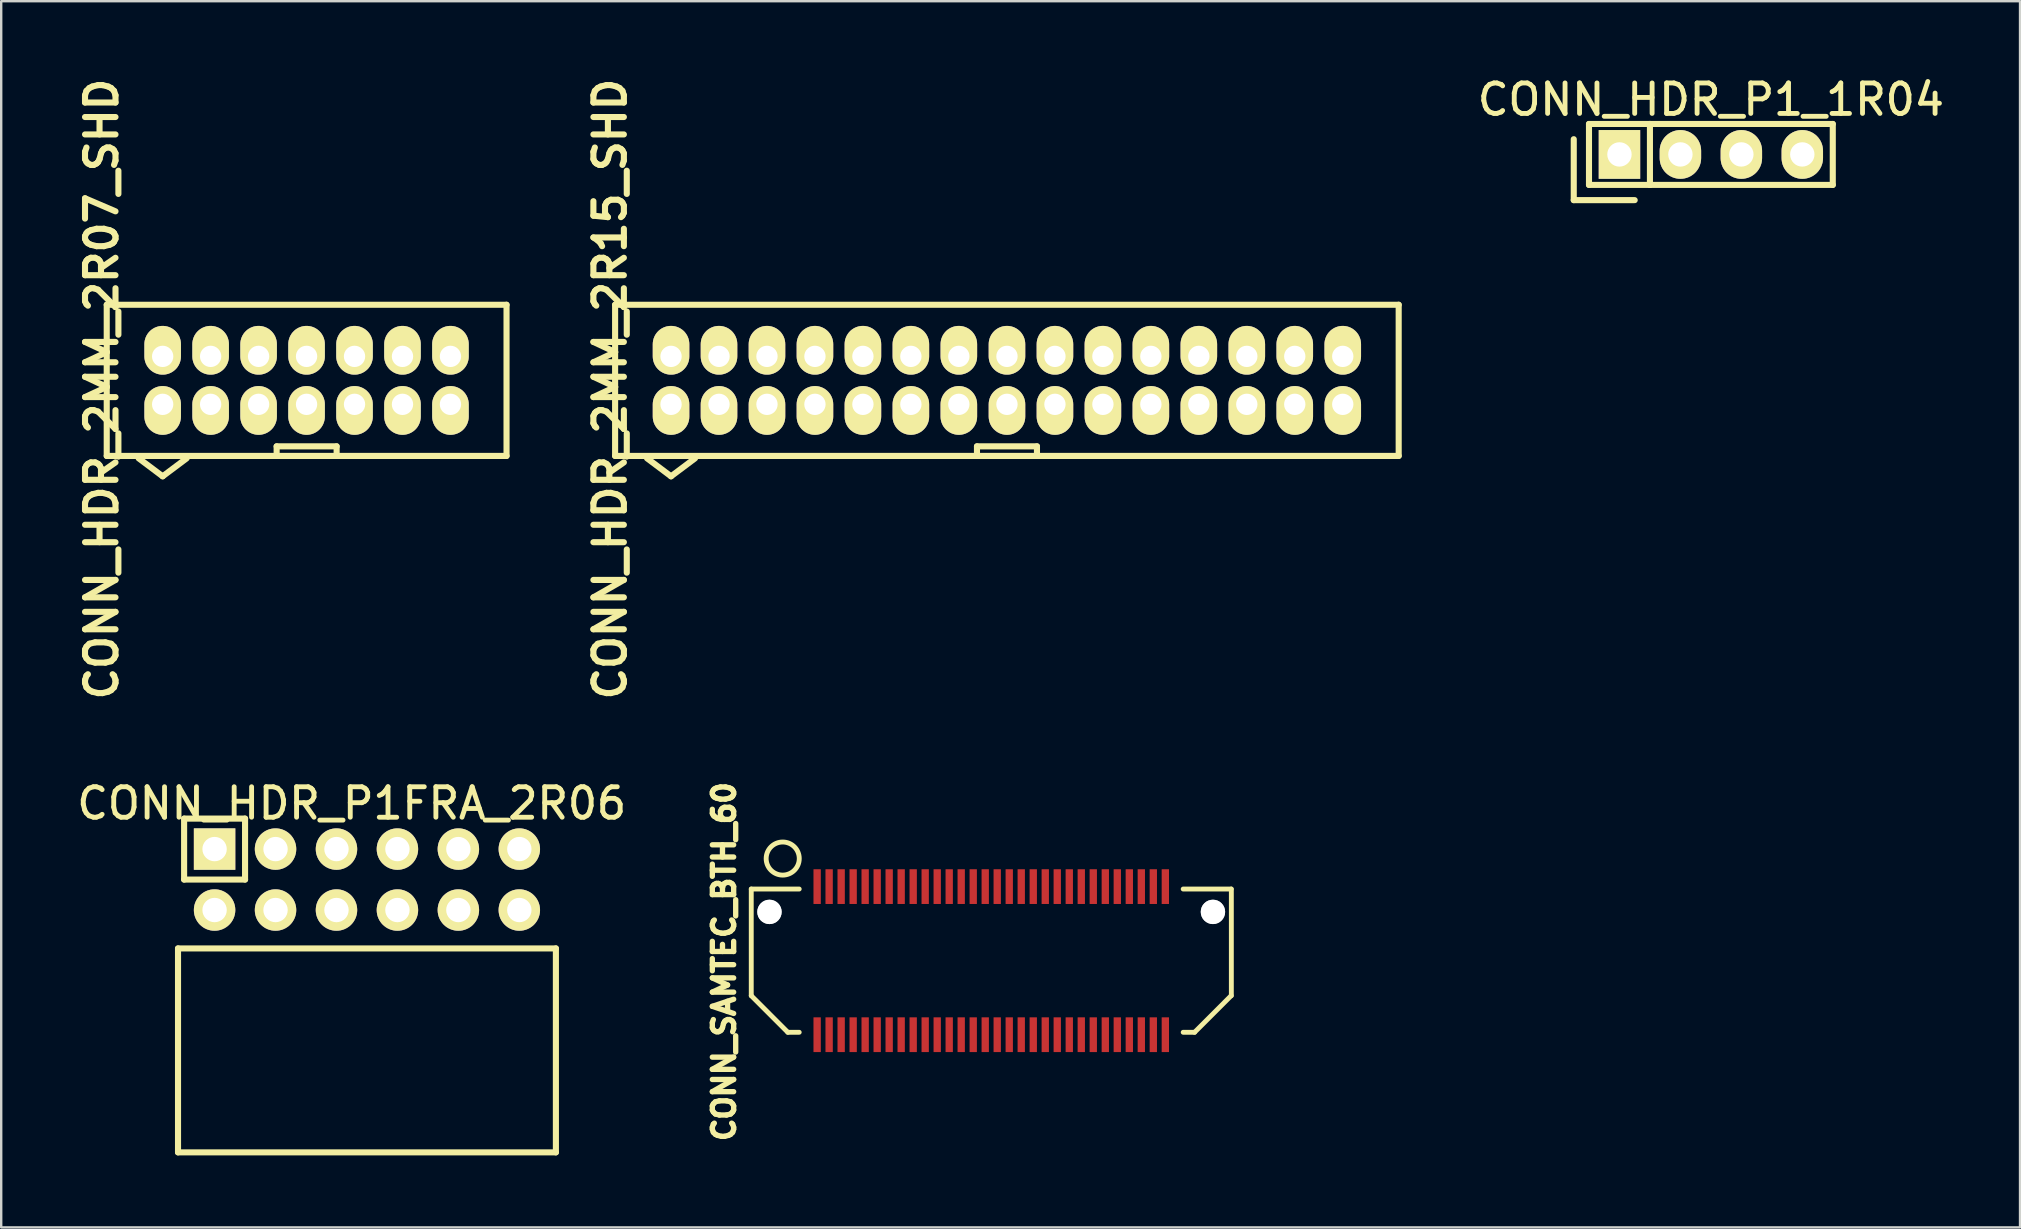
<source format=kicad_pcb>
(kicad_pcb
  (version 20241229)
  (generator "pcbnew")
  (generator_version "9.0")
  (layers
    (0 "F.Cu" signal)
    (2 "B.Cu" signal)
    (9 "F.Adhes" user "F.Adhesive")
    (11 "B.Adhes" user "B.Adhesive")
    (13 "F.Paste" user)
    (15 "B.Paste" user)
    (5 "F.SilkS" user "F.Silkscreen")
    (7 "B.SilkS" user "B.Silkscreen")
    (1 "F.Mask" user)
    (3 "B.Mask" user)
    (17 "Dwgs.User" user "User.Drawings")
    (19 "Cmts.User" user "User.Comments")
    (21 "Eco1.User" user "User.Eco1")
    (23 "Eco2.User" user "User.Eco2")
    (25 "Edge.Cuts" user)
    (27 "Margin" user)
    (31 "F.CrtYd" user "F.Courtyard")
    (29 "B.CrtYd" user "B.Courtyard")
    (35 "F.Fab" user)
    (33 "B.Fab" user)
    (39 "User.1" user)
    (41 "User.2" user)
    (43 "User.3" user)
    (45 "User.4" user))
  (footprint "CONN_HDR_2MM_2R15_SHD"
    (layer "F.Cu")
    (at 24.916 13.801)
    (property "Reference" "CONN_HDR_2MM_2R15_SHD" (at -2.54 -0.635 90) (layer "F.SilkS") (effects (font (size 1.27 1.27) (thickness 0.254))))
    (attr through_hole)
    (fp_line (start -2.331 -4.15) (end 30.325 -4.15) (stroke (width 0.254) (type solid)) (layer "F.SilkS"))
    (fp_line (start -2.331 2.15) (end -2.331 -4.15) (stroke (width 0.254) (type solid)) (layer "F.SilkS"))
    (fp_line (start -1 2.25) (end 0 3) (stroke (width 0.254) (type solid)) (layer "F.SilkS"))
    (fp_line (start 0 3) (end 1 2.25) (stroke (width 0.254) (type solid)) (layer "F.SilkS"))
    (fp_line (start 12.75 1.75) (end 15.25 1.75) (stroke (width 0.254) (type solid)) (layer "F.SilkS"))
    (fp_line (start 12.75 2.15) (end 12.75 1.75) (stroke (width 0.254) (type solid)) (layer "F.SilkS"))
    (fp_line (start 15.25 1.75) (end 15.25 2.15) (stroke (width 0.254) (type solid)) (layer "F.SilkS"))
    (fp_line (start 30.325 -4.15) (end 30.325 2.15) (stroke (width 0.254) (type solid)) (layer "F.SilkS"))
    (fp_line (start 30.325 2.15) (end -2.331 2.15) (stroke (width 0.254) (type solid)) (layer "F.SilkS"))
    (pad "1" thru_hole oval (at 0 0) (size 1.524 2.032) (drill 0.889 (offset 0 0.254)) (layers "*.Cu" "*.Mask" "F.SilkS"))
    (pad "2" thru_hole oval (at 0 -1.999 180) (size 1.524 2.032) (drill 0.889 (offset 0 0.254)) (layers "*.Cu" "*.Mask" "F.SilkS"))
    (pad "3" thru_hole oval (at 1.999 0) (size 1.524 2.032) (drill 0.889 (offset 0 0.254)) (layers "*.Cu" "*.Mask" "F.SilkS"))
    (pad "4" thru_hole oval (at 1.999 -1.999 180) (size 1.524 2.032) (drill 0.889 (offset 0 0.254)) (layers "*.Cu" "*.Mask" "F.SilkS"))
    (pad "5" thru_hole oval (at 3.998 0) (size 1.524 2.032) (drill 0.889 (offset 0 0.254)) (layers "*.Cu" "*.Mask" "F.SilkS"))
    (pad "6" thru_hole oval (at 3.998 -1.999 180) (size 1.524 2.032) (drill 0.889 (offset 0 0.254)) (layers "*.Cu" "*.Mask" "F.SilkS"))
    (pad "7" thru_hole oval (at 5.997 0) (size 1.524 2.032) (drill 0.889 (offset 0 0.254)) (layers "*.Cu" "*.Mask" "F.SilkS"))
    (pad "8" thru_hole oval (at 5.997 -1.999 180) (size 1.524 2.032) (drill 0.889 (offset 0 0.254)) (layers "*.Cu" "*.Mask" "F.SilkS"))
    (pad "9" thru_hole oval (at 7.996 0) (size 1.524 2.032) (drill 0.889 (offset 0 0.254)) (layers "*.Cu" "*.Mask" "F.SilkS"))
    (pad "10" thru_hole oval (at 7.996 -1.999 180) (size 1.524 2.032) (drill 0.889 (offset 0 0.254)) (layers "*.Cu" "*.Mask" "F.SilkS"))
    (pad "11" thru_hole oval (at 9.995 0) (size 1.524 2.032) (drill 0.889 (offset 0 0.254)) (layers "*.Cu" "*.Mask" "F.SilkS"))
    (pad "12" thru_hole oval (at 9.995 -1.999 180) (size 1.524 2.032) (drill 0.889 (offset 0 0.254)) (layers "*.Cu" "*.Mask" "F.SilkS"))
    (pad "13" thru_hole oval (at 11.994 0) (size 1.524 2.032) (drill 0.889 (offset 0 0.254)) (layers "*.Cu" "*.Mask" "F.SilkS"))
    (pad "14" thru_hole oval (at 11.994 -1.999 180) (size 1.524 2.032) (drill 0.889 (offset 0 0.254)) (layers "*.Cu" "*.Mask" "F.SilkS"))
    (pad "15" thru_hole oval (at 14 0) (size 1.524 2.032) (drill 0.889 (offset 0 0.254)) (layers "*.Cu" "*.Mask" "F.SilkS"))
    (pad "16" thru_hole oval (at 14 -1.999 180) (size 1.524 2.032) (drill 0.889 (offset 0 0.254)) (layers "*.Cu" "*.Mask" "F.SilkS"))
    (pad "17" thru_hole oval (at 15.999 0) (size 1.524 2.032) (drill 0.889 (offset 0 0.254)) (layers "*.Cu" "*.Mask" "F.SilkS"))
    (pad "18" thru_hole oval (at 15.999 -1.999 180) (size 1.524 2.032) (drill 0.889 (offset 0 0.254)) (layers "*.Cu" "*.Mask" "F.SilkS"))
    (pad "19" thru_hole oval (at 17.998 0) (size 1.524 2.032) (drill 0.889 (offset 0 0.254)) (layers "*.Cu" "*.Mask" "F.SilkS"))
    (pad "20" thru_hole oval (at 17.998 -1.999 180) (size 1.524 2.032) (drill 0.889 (offset 0 0.254)) (layers "*.Cu" "*.Mask" "F.SilkS"))
    (pad "21" thru_hole oval (at 19.997 0) (size 1.524 2.032) (drill 0.889 (offset 0 0.254)) (layers "*.Cu" "*.Mask" "F.SilkS"))
    (pad "22" thru_hole oval (at 19.997 -1.999 180) (size 1.524 2.032) (drill 0.889 (offset 0 0.254)) (layers "*.Cu" "*.Mask" "F.SilkS"))
    (pad "23" thru_hole oval (at 21.996 0) (size 1.524 2.032) (drill 0.889 (offset 0 0.254)) (layers "*.Cu" "*.Mask" "F.SilkS"))
    (pad "24" thru_hole oval (at 21.996 -1.999 180) (size 1.524 2.032) (drill 0.889 (offset 0 0.254)) (layers "*.Cu" "*.Mask" "F.SilkS"))
    (pad "25" thru_hole oval (at 23.995 0) (size 1.524 2.032) (drill 0.889 (offset 0 0.254)) (layers "*.Cu" "*.Mask" "F.SilkS"))
    (pad "26" thru_hole oval (at 23.995 -1.999 180) (size 1.524 2.032) (drill 0.889 (offset 0 0.254)) (layers "*.Cu" "*.Mask" "F.SilkS"))
    (pad "27" thru_hole oval (at 25.994 0) (size 1.524 2.032) (drill 0.889 (offset 0 0.254)) (layers "*.Cu" "*.Mask" "F.SilkS"))
    (pad "28" thru_hole oval (at 25.994 -1.999 180) (size 1.524 2.032) (drill 0.889 (offset 0 0.254)) (layers "*.Cu" "*.Mask" "F.SilkS"))
    (pad "29" thru_hole oval (at 27.994 0) (size 1.524 2.032) (drill 0.889 (offset 0 0.254)) (layers "*.Cu" "*.Mask" "F.SilkS"))
    (pad "30" thru_hole oval (at 27.994 -1.999 180) (size 1.524 2.032) (drill 0.889 (offset 0 0.254)) (layers "*.Cu" "*.Mask" "F.SilkS")))
  (footprint "CONN_SAMTEC_BTH_60"
    (layer "F.Cu")
    (at 38.259 36.986)
    (property "Reference" "CONN_SAMTEC_BTH_60" (at -11.133 0.041 90) (layer "F.SilkS") (effects (font (size 0.889 0.889) (thickness 0.305))))
    (attr smd)
    (fp_line (start -10 -2.985) (end -10 1.46) (stroke (width 0.203) (type solid)) (layer "F.SilkS"))
    (fp_line (start -10 1.46) (end -8.476 2.985) (stroke (width 0.203) (type solid)) (layer "F.SilkS"))
    (fp_line (start -8.001 -2.985) (end -10 -2.985) (stroke (width 0.203) (type solid)) (layer "F.SilkS"))
    (fp_line (start -8.001 2.985) (end -8.476 2.985) (stroke (width 0.203) (type solid)) (layer "F.SilkS"))
    (fp_line (start 8.001 -2.985) (end 10 -2.985) (stroke (width 0.203) (type solid)) (layer "F.SilkS"))
    (fp_line (start 8.001 2.985) (end 8.476 2.985) (stroke (width 0.203) (type solid)) (layer "F.SilkS"))
    (fp_line (start 10 1.46) (end 8.476 2.985) (stroke (width 0.203) (type solid)) (layer "F.SilkS"))
    (fp_line (start 10.008 -2.985) (end 10.008 1.46) (stroke (width 0.203) (type solid)) (layer "F.SilkS"))
    (fp_circle (center -8.689 -4.255) (end -9.101 -4.808) (stroke (width 0.203) (type solid)) (fill no) (layer "F.SilkS"))
    (pad "" np_thru_hole circle (at -9.241 -2.032) (size 1.016 1.016) (drill 1.016) (layers "*.Cu" "*.Mask" "Dwgs.User"))
    (pad "" np_thru_hole circle (at 9.241 -2.032) (size 1.016 1.016) (drill 1.016) (layers "*.Cu" "*.Mask" "Dwgs.User"))
    (pad "1" smd rect (at -7.254 -3.086 180) (size 0.305 1.448) (layers "F.Cu" "F.Mask" "F.Paste"))
    (pad "2" smd rect (at -7.254 3.086) (size 0.305 1.448) (layers "F.Cu" "F.Mask" "F.Paste"))
    (pad "3" smd rect (at -6.754 -3.086 180) (size 0.305 1.448) (layers "F.Cu" "F.Mask" "F.Paste"))
    (pad "4" smd rect (at -6.754 3.086) (size 0.305 1.448) (layers "F.Cu" "F.Mask" "F.Paste"))
    (pad "5" smd rect (at -6.253 -3.086 180) (size 0.305 1.448) (layers "F.Cu" "F.Mask" "F.Paste"))
    (pad "6" smd rect (at -6.253 3.086) (size 0.305 1.448) (layers "F.Cu" "F.Mask" "F.Paste"))
    (pad "7" smd rect (at -5.753 -3.086 180) (size 0.305 1.448) (layers "F.Cu" "F.Mask" "F.Paste"))
    (pad "8" smd rect (at -5.753 3.086) (size 0.305 1.448) (layers "F.Cu" "F.Mask" "F.Paste"))
    (pad "9" smd rect (at -5.253 -3.086 180) (size 0.305 1.448) (layers "F.Cu" "F.Mask" "F.Paste"))
    (pad "10" smd rect (at -5.253 3.086) (size 0.305 1.448) (layers "F.Cu" "F.Mask" "F.Paste"))
    (pad "11" smd rect (at -4.752 -3.086 180) (size 0.305 1.448) (layers "F.Cu" "F.Mask" "F.Paste"))
    (pad "12" smd rect (at -4.752 3.086) (size 0.305 1.448) (layers "F.Cu" "F.Mask" "F.Paste"))
    (pad "13" smd rect (at -4.252 -3.086 180) (size 0.305 1.448) (layers "F.Cu" "F.Mask" "F.Paste"))
    (pad "14" smd rect (at -4.252 3.086) (size 0.305 1.448) (layers "F.Cu" "F.Mask" "F.Paste"))
    (pad "15" smd rect (at -3.752 -3.086 180) (size 0.305 1.448) (layers "F.Cu" "F.Mask" "F.Paste"))
    (pad "16" smd rect (at -3.752 3.086) (size 0.305 1.448) (layers "F.Cu" "F.Mask" "F.Paste"))
    (pad "17" smd rect (at -3.251 -3.086 180) (size 0.305 1.448) (layers "F.Cu" "F.Mask" "F.Paste"))
    (pad "18" smd rect (at -3.251 3.086) (size 0.305 1.448) (layers "F.Cu" "F.Mask" "F.Paste"))
    (pad "19" smd rect (at -2.751 -3.086 180) (size 0.305 1.448) (layers "F.Cu" "F.Mask" "F.Paste"))
    (pad "20" smd rect (at -2.751 3.086) (size 0.305 1.448) (layers "F.Cu" "F.Mask" "F.Paste"))
    (pad "21" smd rect (at -2.25 -3.086 180) (size 0.305 1.448) (layers "F.Cu" "F.Mask" "F.Paste"))
    (pad "22" smd rect (at -2.25 3.086) (size 0.305 1.448) (layers "F.Cu" "F.Mask" "F.Paste"))
    (pad "23" smd rect (at -1.75 -3.086 180) (size 0.305 1.448) (layers "F.Cu" "F.Mask" "F.Paste"))
    (pad "24" smd rect (at -1.75 3.086) (size 0.305 1.448) (layers "F.Cu" "F.Mask" "F.Paste"))
    (pad "25" smd rect (at -1.25 -3.086 180) (size 0.305 1.448) (layers "F.Cu" "F.Mask" "F.Paste"))
    (pad "26" smd rect (at -1.25 3.086) (size 0.305 1.448) (layers "F.Cu" "F.Mask" "F.Paste"))
    (pad "27" smd rect (at -0.749 -3.086 180) (size 0.305 1.448) (layers "F.Cu" "F.Mask" "F.Paste"))
    (pad "28" smd rect (at -0.749 3.086) (size 0.305 1.448) (layers "F.Cu" "F.Mask" "F.Paste"))
    (pad "29" smd rect (at -0.249 -3.086 180) (size 0.305 1.448) (layers "F.Cu" "F.Mask" "F.Paste"))
    (pad "30" smd rect (at -0.249 3.086) (size 0.305 1.448) (layers "F.Cu" "F.Mask" "F.Paste"))
    (pad "31" smd rect (at 0.251 -3.086 180) (size 0.305 1.448) (layers "F.Cu" "F.Mask" "F.Paste"))
    (pad "32" smd rect (at 0.251 3.086) (size 0.305 1.448) (layers "F.Cu" "F.Mask" "F.Paste"))
    (pad "33" smd rect (at 0.752 -3.086 180) (size 0.305 1.448) (layers "F.Cu" "F.Mask" "F.Paste"))
    (pad "34" smd rect (at 0.752 3.086) (size 0.305 1.448) (layers "F.Cu" "F.Mask" "F.Paste"))
    (pad "35" smd rect (at 1.252 -3.086 180) (size 0.305 1.448) (layers "F.Cu" "F.Mask" "F.Paste"))
    (pad "36" smd rect (at 1.252 3.086) (size 0.305 1.448) (layers "F.Cu" "F.Mask" "F.Paste"))
    (pad "37" smd rect (at 1.753 -3.086 180) (size 0.305 1.448) (layers "F.Cu" "F.Mask" "F.Paste"))
    (pad "38" smd rect (at 1.753 3.086) (size 0.305 1.448) (layers "F.Cu" "F.Mask" "F.Paste"))
    (pad "39" smd rect (at 2.253 -3.086 180) (size 0.305 1.448) (layers "F.Cu" "F.Mask" "F.Paste"))
    (pad "40" smd rect (at 2.253 3.086) (size 0.305 1.448) (layers "F.Cu" "F.Mask" "F.Paste"))
    (pad "41" smd rect (at 2.753 -3.086 180) (size 0.305 1.448) (layers "F.Cu" "F.Mask" "F.Paste"))
    (pad "42" smd rect (at 2.753 3.086) (size 0.305 1.448) (layers "F.Cu" "F.Mask" "F.Paste"))
    (pad "43" smd rect (at 3.254 -3.086 180) (size 0.305 1.448) (layers "F.Cu" "F.Mask" "F.Paste"))
    (pad "44" smd rect (at 3.254 3.086) (size 0.305 1.448) (layers "F.Cu" "F.Mask" "F.Paste"))
    (pad "45" smd rect (at 3.754 -3.086 180) (size 0.305 1.448) (layers "F.Cu" "F.Mask" "F.Paste"))
    (pad "46" smd rect (at 3.754 3.086) (size 0.305 1.448) (layers "F.Cu" "F.Mask" "F.Paste"))
    (pad "47" smd rect (at 4.254 -3.086 180) (size 0.305 1.448) (layers "F.Cu" "F.Mask" "F.Paste"))
    (pad "48" smd rect (at 4.254 3.086) (size 0.305 1.448) (layers "F.Cu" "F.Mask" "F.Paste"))
    (pad "49" smd rect (at 4.755 -3.086 180) (size 0.305 1.448) (layers "F.Cu" "F.Mask" "F.Paste"))
    (pad "50" smd rect (at 4.755 3.086) (size 0.305 1.448) (layers "F.Cu" "F.Mask" "F.Paste"))
    (pad "51" smd rect (at 5.255 -3.086 180) (size 0.305 1.448) (layers "F.Cu" "F.Mask" "F.Paste"))
    (pad "52" smd rect (at 5.255 3.086) (size 0.305 1.448) (layers "F.Cu" "F.Mask" "F.Paste"))
    (pad "53" smd rect (at 5.756 -3.086 180) (size 0.305 1.448) (layers "F.Cu" "F.Mask" "F.Paste"))
    (pad "54" smd rect (at 5.756 3.086) (size 0.305 1.448) (layers "F.Cu" "F.Mask" "F.Paste"))
    (pad "55" smd rect (at 6.256 -3.086 180) (size 0.305 1.448) (layers "F.Cu" "F.Mask" "F.Paste"))
    (pad "56" smd rect (at 6.256 3.086) (size 0.305 1.448) (layers "F.Cu" "F.Mask" "F.Paste"))
    (pad "57" smd rect (at 6.756 -3.086 180) (size 0.305 1.448) (layers "F.Cu" "F.Mask" "F.Paste"))
    (pad "58" smd rect (at 6.756 3.086) (size 0.305 1.448) (layers "F.Cu" "F.Mask" "F.Paste"))
    (pad "59" smd rect (at 7.257 -3.086 180) (size 0.305 1.448) (layers "F.Cu" "F.Mask" "F.Paste"))
    (pad "60" smd rect (at 7.257 3.086) (size 0.305 1.448) (layers "F.Cu" "F.Mask" "F.Paste")))
  (footprint "CONN_HDR_P1FRA_2R06"
    (layer "F.Cu")
    (at 12.243 33.606)
    (property "Reference" "CONN_HDR_P1FRA_2R06" (at -0.635 -3.175 0) (layer "F.SilkS") (effects (font (size 1.27 1.27) (thickness 0.203))))
    (attr through_hole)
    (fp_line (start -7.874 2.87) (end -7.874 11.369) (stroke (width 0.254) (type solid)) (layer "F.SilkS"))
    (fp_line (start -7.874 11.369) (end 7.874 11.369) (stroke (width 0.254) (type solid)) (layer "F.SilkS"))
    (fp_line (start -7.62 -2.54) (end -7.62 0) (stroke (width 0.254) (type solid)) (layer "F.SilkS"))
    (fp_line (start -7.62 -2.54) (end -5.08 -2.54) (stroke (width 0.254) (type solid)) (layer "F.SilkS"))
    (fp_line (start -7.62 0) (end -5.08 0) (stroke (width 0.254) (type solid)) (layer "F.SilkS"))
    (fp_line (start -5.08 0) (end -5.08 -2.54) (stroke (width 0.254) (type solid)) (layer "F.SilkS"))
    (fp_line (start 7.874 2.87) (end -7.874 2.87) (stroke (width 0.254) (type solid)) (layer "F.SilkS"))
    (fp_line (start 7.874 2.87) (end 7.874 11.369) (stroke (width 0.254) (type solid)) (layer "F.SilkS"))
    (pad "1" thru_hole rect (at -6.35 -1.27) (size 1.727 1.727) (drill 1.016) (layers "*.Cu" "*.Mask" "F.SilkS"))
    (pad "2" thru_hole oval (at -6.35 1.27) (size 1.727 1.727) (drill 1.016) (layers "*.Cu" "*.Mask" "F.SilkS"))
    (pad "3" thru_hole oval (at -3.81 -1.27) (size 1.727 1.727) (drill 1.016) (layers "*.Cu" "*.Mask" "F.SilkS"))
    (pad "4" thru_hole oval (at -3.81 1.27) (size 1.727 1.727) (drill 1.016) (layers "*.Cu" "*.Mask" "F.SilkS"))
    (pad "5" thru_hole oval (at -1.27 -1.27) (size 1.727 1.727) (drill 1.016) (layers "*.Cu" "*.Mask" "F.SilkS"))
    (pad "6" thru_hole oval (at -1.27 1.27) (size 1.727 1.727) (drill 1.016) (layers "*.Cu" "*.Mask" "F.SilkS"))
    (pad "7" thru_hole oval (at 1.27 -1.27) (size 1.727 1.727) (drill 1.016) (layers "*.Cu" "*.Mask" "F.SilkS"))
    (pad "8" thru_hole oval (at 1.27 1.27) (size 1.727 1.727) (drill 1.016) (layers "*.Cu" "*.Mask" "F.SilkS"))
    (pad "9" thru_hole oval (at 3.81 -1.27) (size 1.727 1.727) (drill 1.016) (layers "*.Cu" "*.Mask" "F.SilkS"))
    (pad "10" thru_hole oval (at 3.81 1.27) (size 1.727 1.727) (drill 1.016) (layers "*.Cu" "*.Mask" "F.SilkS"))
    (pad "11" thru_hole oval (at 6.35 -1.27) (size 1.727 1.727) (drill 1.016) (layers "*.Cu" "*.Mask" "F.SilkS"))
    (pad "12" thru_hole oval (at 6.35 1.27) (size 1.727 1.727) (drill 1.016) (layers "*.Cu" "*.Mask" "F.SilkS")))
  (footprint "CONN_HDR_P1_1R04"
    (layer "F.Cu")
    (at 68.252 3.386)
    (property "Reference" "CONN_HDR_P1_1R04" (at 0 -2.286 0) (layer "F.SilkS") (effects (font (size 1.27 1.27) (thickness 0.203))))
    (attr through_hole)
    (fp_line (start -5.715 -0.635) (end -5.715 1.905) (stroke (width 0.254) (type solid)) (layer "F.SilkS"))
    (fp_line (start -5.715 1.905) (end -3.175 1.905) (stroke (width 0.254) (type solid)) (layer "F.SilkS"))
    (fp_line (start -5.08 -1.27) (end -5.08 1.27) (stroke (width 0.254) (type solid)) (layer "F.SilkS"))
    (fp_line (start -5.08 -1.27) (end -2.54 -1.27) (stroke (width 0.254) (type solid)) (layer "F.SilkS"))
    (fp_line (start -5.08 1.27) (end -2.54 1.27) (stroke (width 0.254) (type solid)) (layer "F.SilkS"))
    (fp_line (start -2.54 -1.27) (end -2.54 1.27) (stroke (width 0.254) (type solid)) (layer "F.SilkS"))
    (fp_line (start -2.54 -1.27) (end 5.08 -1.27) (stroke (width 0.254) (type solid)) (layer "F.SilkS"))
    (fp_line (start -2.54 1.27) (end 5.08 1.27) (stroke (width 0.254) (type solid)) (layer "F.SilkS"))
    (fp_line (start 5.08 1.27) (end 5.08 -1.27) (stroke (width 0.254) (type solid)) (layer "F.SilkS"))
    (pad "1" thru_hole rect (at -3.81 0) (size 1.727 2.032) (drill 1.016) (layers "*.Cu" "*.Mask" "F.SilkS"))
    (pad "2" thru_hole oval (at -1.27 0) (size 1.727 2.032) (drill 1.016) (layers "*.Cu" "*.Mask" "F.SilkS"))
    (pad "3" thru_hole oval (at 1.27 0) (size 1.727 2.032) (drill 1.016) (layers "*.Cu" "*.Mask" "F.SilkS"))
    (pad "4" thru_hole oval (at 3.81 0) (size 1.727 2.032) (drill 1.016) (layers "*.Cu" "*.Mask" "F.SilkS")))
  (footprint "CONN_HDR_2MM_2R07_SHD"
    (layer "F.Cu")
    (at 3.729 13.801)
    (property "Reference" "CONN_HDR_2MM_2R07_SHD" (at -2.54 -0.635 90) (layer "F.SilkS") (effects (font (size 1.27 1.27) (thickness 0.254))))
    (attr through_hole)
    (fp_line (start -2.331 -4.15) (end 14.331 -4.15) (stroke (width 0.254) (type solid)) (layer "F.SilkS"))
    (fp_line (start -2.331 2.15) (end -2.331 -4.15) (stroke (width 0.254) (type solid)) (layer "F.SilkS"))
    (fp_line (start -1 2.25) (end 0 3) (stroke (width 0.254) (type solid)) (layer "F.SilkS"))
    (fp_line (start 0 3) (end 1 2.25) (stroke (width 0.254) (type solid)) (layer "F.SilkS"))
    (fp_line (start 4.75 1.75) (end 7.25 1.75) (stroke (width 0.254) (type solid)) (layer "F.SilkS"))
    (fp_line (start 4.75 2.15) (end 4.75 1.75) (stroke (width 0.254) (type solid)) (layer "F.SilkS"))
    (fp_line (start 7.25 1.75) (end 7.25 2.15) (stroke (width 0.254) (type solid)) (layer "F.SilkS"))
    (fp_line (start 14.331 -4.15) (end 14.331 2.15) (stroke (width 0.254) (type solid)) (layer "F.SilkS"))
    (fp_line (start 14.331 2.15) (end -2.331 2.15) (stroke (width 0.254) (type solid)) (layer "F.SilkS"))
    (pad "1" thru_hole oval (at 0 0) (size 1.524 2.032) (drill 0.889 (offset 0 0.254)) (layers "*.Cu" "*.Mask" "F.SilkS"))
    (pad "2" thru_hole oval (at 0 -1.999 180) (size 1.524 2.032) (drill 0.889 (offset 0 0.254)) (layers "*.Cu" "*.Mask" "F.SilkS"))
    (pad "3" thru_hole oval (at 1.999 0) (size 1.524 2.032) (drill 0.889 (offset 0 0.254)) (layers "*.Cu" "*.Mask" "F.SilkS"))
    (pad "4" thru_hole oval (at 1.999 -1.999 180) (size 1.524 2.032) (drill 0.889 (offset 0 0.254)) (layers "*.Cu" "*.Mask" "F.SilkS"))
    (pad "5" thru_hole oval (at 3.998 0) (size 1.524 2.032) (drill 0.889 (offset 0 0.254)) (layers "*.Cu" "*.Mask" "F.SilkS"))
    (pad "6" thru_hole oval (at 3.998 -1.999 180) (size 1.524 2.032) (drill 0.889 (offset 0 0.254)) (layers "*.Cu" "*.Mask" "F.SilkS"))
    (pad "7" thru_hole oval (at 5.997 0) (size 1.524 2.032) (drill 0.889 (offset 0 0.254)) (layers "*.Cu" "*.Mask" "F.SilkS"))
    (pad "8" thru_hole oval (at 5.997 -1.999 180) (size 1.524 2.032) (drill 0.889 (offset 0 0.254)) (layers "*.Cu" "*.Mask" "F.SilkS"))
    (pad "9" thru_hole oval (at 7.996 0) (size 1.524 2.032) (drill 0.889 (offset 0 0.254)) (layers "*.Cu" "*.Mask" "F.SilkS"))
    (pad "10" thru_hole oval (at 7.996 -1.999 180) (size 1.524 2.032) (drill 0.889 (offset 0 0.254)) (layers "*.Cu" "*.Mask" "F.SilkS"))
    (pad "11" thru_hole oval (at 9.995 0) (size 1.524 2.032) (drill 0.889 (offset 0 0.254)) (layers "*.Cu" "*.Mask" "F.SilkS"))
    (pad "12" thru_hole oval (at 9.995 -1.999 180) (size 1.524 2.032) (drill 0.889 (offset 0 0.254)) (layers "*.Cu" "*.Mask" "F.SilkS"))
    (pad "13" thru_hole oval (at 11.994 0) (size 1.524 2.032) (drill 0.889 (offset 0 0.254)) (layers "*.Cu" "*.Mask" "F.SilkS"))
    (pad "14" thru_hole oval (at 11.994 -1.999 180) (size 1.524 2.032) (drill 0.889 (offset 0 0.254)) (layers "*.Cu" "*.Mask" "F.SilkS")))
  (gr_rect
    (start -3 -3)
    (end 81.136 48.102)
    (stroke (width 0.1) (type default))
    (fill no)
    (layer "Edge.Cuts")))
</source>
